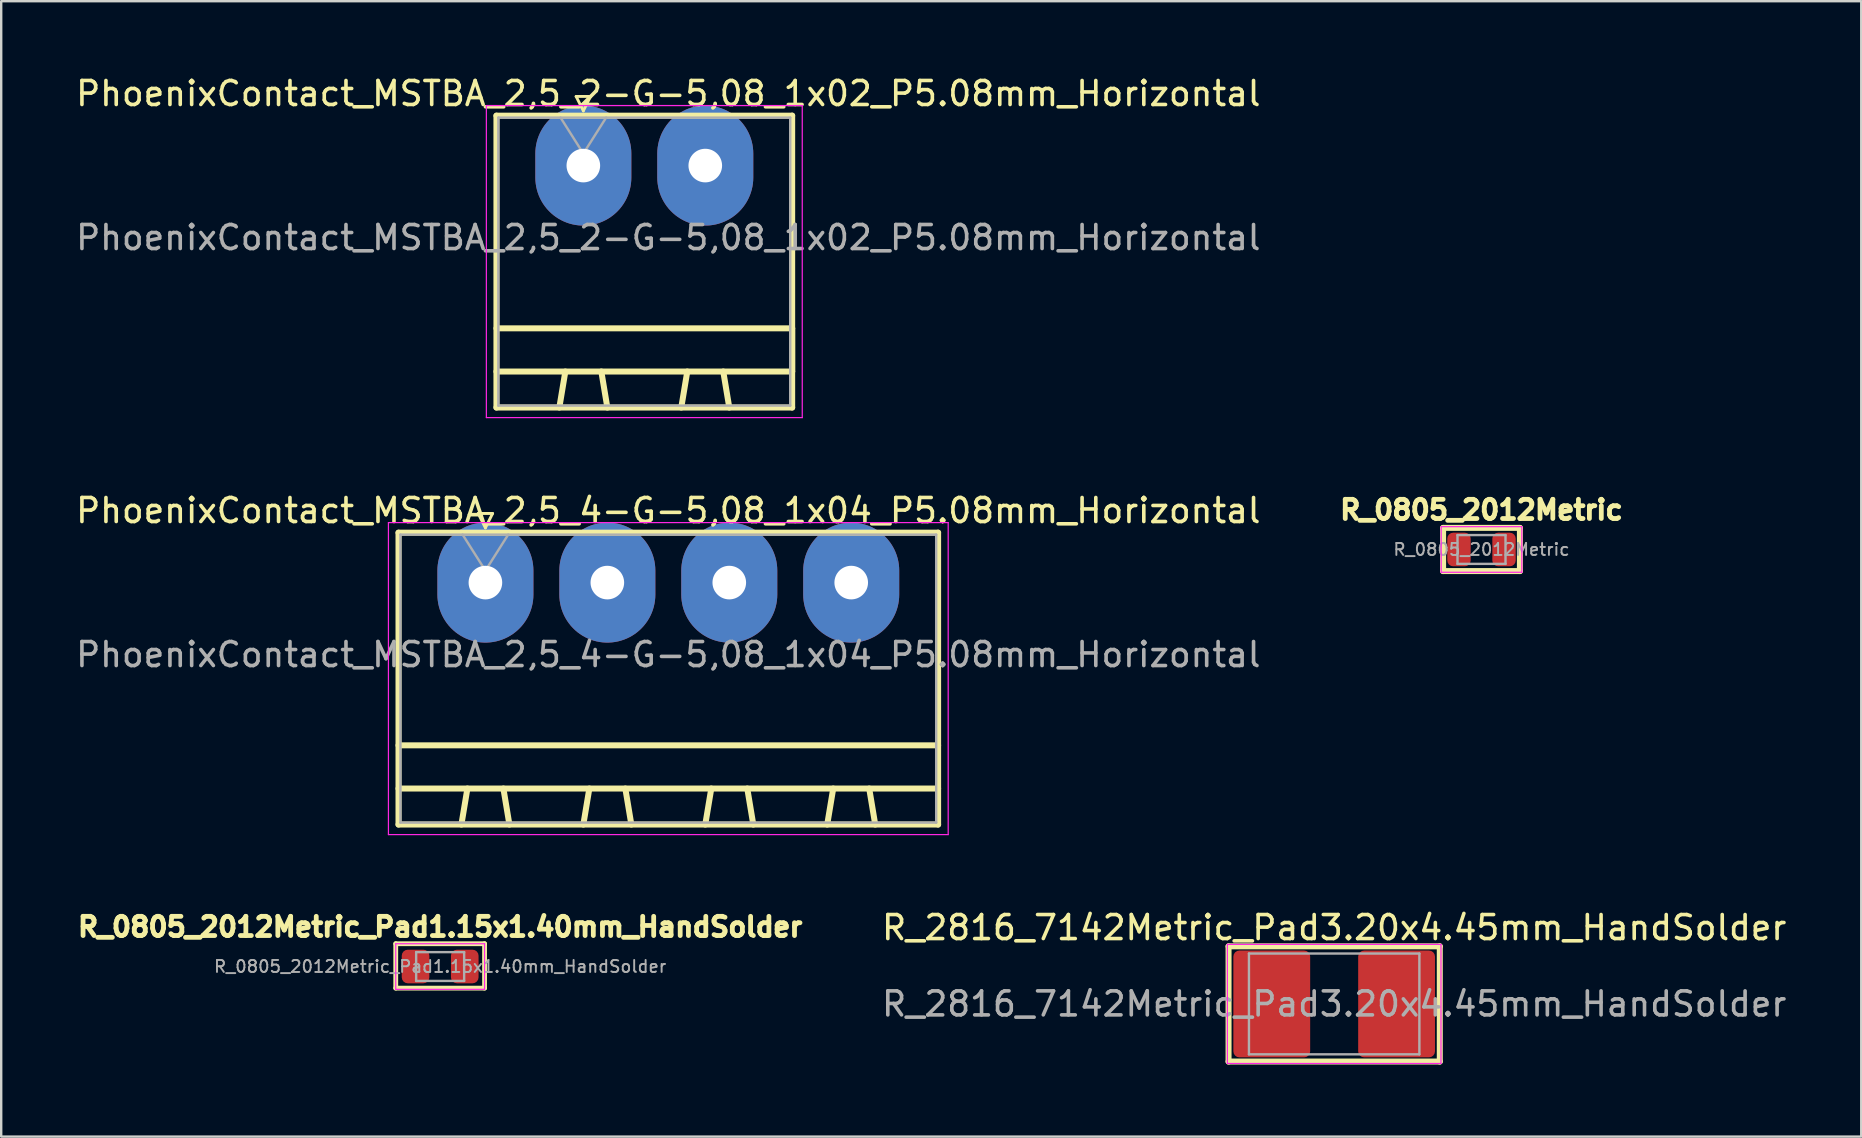
<source format=kicad_pcb>
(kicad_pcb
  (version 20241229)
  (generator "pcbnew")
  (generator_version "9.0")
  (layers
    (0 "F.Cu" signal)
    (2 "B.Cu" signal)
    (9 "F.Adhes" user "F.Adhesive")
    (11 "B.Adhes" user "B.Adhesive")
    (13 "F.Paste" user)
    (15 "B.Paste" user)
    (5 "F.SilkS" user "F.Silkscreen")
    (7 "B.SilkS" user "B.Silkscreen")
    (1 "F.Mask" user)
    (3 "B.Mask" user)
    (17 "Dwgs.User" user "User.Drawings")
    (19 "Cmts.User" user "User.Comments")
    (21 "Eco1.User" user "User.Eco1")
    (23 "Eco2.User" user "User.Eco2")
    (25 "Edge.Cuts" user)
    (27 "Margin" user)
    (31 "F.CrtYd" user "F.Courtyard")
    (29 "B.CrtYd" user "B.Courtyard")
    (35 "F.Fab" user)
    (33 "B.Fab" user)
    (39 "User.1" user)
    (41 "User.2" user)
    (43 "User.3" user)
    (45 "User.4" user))
  (footprint "R_0805_2012Metric"
    (layer "F.Cu")
    (at 58.67 19.842)
    (property "Reference" "R_0805_2012Metric" (at 0 -1.65 0) (layer "F.SilkS") (effects (font (size 0.8 0.8) (thickness 0.2))))
    (attr smd)
    (fp_line (start -1.6 -0.9) (end -1.6 0.9) (stroke (width 0.25) (type solid)) (layer "F.SilkS"))
    (fp_line (start -1.6 0.9) (end 1.6 0.9) (stroke (width 0.25) (type solid)) (layer "F.SilkS"))
    (fp_line (start 1.6 -0.9) (end -1.6 -0.9) (stroke (width 0.25) (type solid)) (layer "F.SilkS"))
    (fp_line (start 1.6 0.9) (end 1.6 -0.9) (stroke (width 0.25) (type solid)) (layer "F.SilkS"))
    (fp_line (start -1.68 -0.95) (end 1.68 -0.95) (stroke (width 0.05) (type solid)) (layer "F.CrtYd"))
    (fp_line (start -1.68 0.95) (end -1.68 -0.95) (stroke (width 0.05) (type solid)) (layer "F.CrtYd"))
    (fp_line (start 1.68 -0.95) (end 1.68 0.95) (stroke (width 0.05) (type solid)) (layer "F.CrtYd"))
    (fp_line (start 1.68 0.95) (end -1.68 0.95) (stroke (width 0.05) (type solid)) (layer "F.CrtYd"))
    (fp_line (start -1 -0.6) (end 1 -0.6) (stroke (width 0.1) (type solid)) (layer "F.Fab"))
    (fp_line (start -1 0.6) (end -1 -0.6) (stroke (width 0.1) (type solid)) (layer "F.Fab"))
    (fp_line (start 1 -0.6) (end 1 0.6) (stroke (width 0.1) (type solid)) (layer "F.Fab"))
    (fp_line (start 1 0.6) (end -1 0.6) (stroke (width 0.1) (type solid)) (layer "F.Fab"))
    (fp_text user "${REFERENCE}" (at 0 0 0) (layer "F.Fab") (effects (font (size 0.5 0.5) (thickness 0.08))))
    (pad "1" smd roundrect (at -0.938 0) (size 0.975 1.4) (layers "F.Cu" "F.Mask" "F.Paste") (roundrect_rratio 0.25))
    (pad "2" smd roundrect (at 0.938 0) (size 0.975 1.4) (layers "F.Cu" "F.Mask" "F.Paste") (roundrect_rratio 0.25)))
  (footprint "PhoenixContact_MSTBA_2,5_4-G-5,08_1x04_P5.08mm_Horizontal"
    (layer "F.Cu")
    (at 17.172 21.221)
    (property "Reference" "PhoenixContact_MSTBA_2,5_4-G-5,08_1x04_P5.08mm_Horizontal" (at 7.62 -3 0) (layer "F.SilkS") (effects (font (size 1 1) (thickness 0.15))))
    (attr through_hole)
    (fp_line (start -3.62 -2.08) (end -3.62 10.08) (stroke (width 0.25) (type solid)) (layer "F.SilkS"))
    (fp_line (start -3.62 6.78) (end 18.86 6.78) (stroke (width 0.25) (type solid)) (layer "F.SilkS"))
    (fp_line (start -3.62 8.58) (end -3.62 6.78) (stroke (width 0.12) (type solid)) (layer "F.SilkS"))
    (fp_line (start -3.62 10.08) (end 18.86 10.08) (stroke (width 0.25) (type solid)) (layer "F.SilkS"))
    (fp_line (start -1 10.08) (end 1 10.08) (stroke (width 0.12) (type solid)) (layer "F.SilkS"))
    (fp_line (start -0.75 8.58) (end -1 10.08) (stroke (width 0.25) (type solid)) (layer "F.SilkS"))
    (fp_line (start -0.3 -2.88) (end 0.3 -2.88) (stroke (width 0.12) (type solid)) (layer "F.SilkS"))
    (fp_line (start 0 -2.28) (end -0.3 -2.88) (stroke (width 0.12) (type solid)) (layer "F.SilkS"))
    (fp_line (start 0.3 -2.88) (end 0 -2.28) (stroke (width 0.12) (type solid)) (layer "F.SilkS"))
    (fp_line (start 0.75 8.58) (end -0.75 8.58) (stroke (width 0.12) (type solid)) (layer "F.SilkS"))
    (fp_line (start 1 10.08) (end 0.75 8.58) (stroke (width 0.25) (type solid)) (layer "F.SilkS"))
    (fp_line (start 4.08 10.08) (end 6.08 10.08) (stroke (width 0.12) (type solid)) (layer "F.SilkS"))
    (fp_line (start 4.33 8.58) (end 4.08 10.08) (stroke (width 0.25) (type solid)) (layer "F.SilkS"))
    (fp_line (start 5.83 8.58) (end 4.33 8.58) (stroke (width 0.12) (type solid)) (layer "F.SilkS"))
    (fp_line (start 6.08 10.08) (end 5.83 8.58) (stroke (width 0.25) (type solid)) (layer "F.SilkS"))
    (fp_line (start 9.16 10.08) (end 11.16 10.08) (stroke (width 0.12) (type solid)) (layer "F.SilkS"))
    (fp_line (start 9.41 8.58) (end 9.16 10.08) (stroke (width 0.25) (type solid)) (layer "F.SilkS"))
    (fp_line (start 10.91 8.58) (end 9.41 8.58) (stroke (width 0.12) (type solid)) (layer "F.SilkS"))
    (fp_line (start 11.16 10.08) (end 10.91 8.58) (stroke (width 0.25) (type solid)) (layer "F.SilkS"))
    (fp_line (start 14.24 10.08) (end 16.24 10.08) (stroke (width 0.12) (type solid)) (layer "F.SilkS"))
    (fp_line (start 14.49 8.58) (end 14.24 10.08) (stroke (width 0.25) (type solid)) (layer "F.SilkS"))
    (fp_line (start 15.99 8.58) (end 14.49 8.58) (stroke (width 0.12) (type solid)) (layer "F.SilkS"))
    (fp_line (start 16.24 10.08) (end 15.99 8.58) (stroke (width 0.25) (type solid)) (layer "F.SilkS"))
    (fp_line (start 18.86 -2.08) (end -3.62 -2.08) (stroke (width 0.25) (type solid)) (layer "F.SilkS"))
    (fp_line (start 18.86 6.78) (end 18.86 8.58) (stroke (width 0.12) (type solid)) (layer "F.SilkS"))
    (fp_line (start 18.86 8.58) (end -3.62 8.58) (stroke (width 0.25) (type solid)) (layer "F.SilkS"))
    (fp_line (start 18.86 10.08) (end 18.86 -2.08) (stroke (width 0.25) (type solid)) (layer "F.SilkS"))
    (fp_line (start -4.04 -2.5) (end -4.04 10.5) (stroke (width 0.05) (type solid)) (layer "F.CrtYd"))
    (fp_line (start -4.04 10.5) (end 19.28 10.5) (stroke (width 0.05) (type solid)) (layer "F.CrtYd"))
    (fp_line (start 19.28 -2.5) (end -4.04 -2.5) (stroke (width 0.05) (type solid)) (layer "F.CrtYd"))
    (fp_line (start 19.28 10.5) (end 19.28 -2.5) (stroke (width 0.05) (type solid)) (layer "F.CrtYd"))
    (fp_line (start -3.54 -2) (end -3.54 10) (stroke (width 0.1) (type solid)) (layer "F.Fab"))
    (fp_line (start -3.54 10) (end 18.78 10) (stroke (width 0.1) (type solid)) (layer "F.Fab"))
    (fp_line (start 0 -0.5) (end -0.95 -2) (stroke (width 0.1) (type solid)) (layer "F.Fab"))
    (fp_line (start 0.95 -2) (end 0 -0.5) (stroke (width 0.1) (type solid)) (layer "F.Fab"))
    (fp_line (start 18.78 -2) (end -3.54 -2) (stroke (width 0.1) (type solid)) (layer "F.Fab"))
    (fp_line (start 18.78 10) (end 18.78 -2) (stroke (width 0.1) (type solid)) (layer "F.Fab"))
    (fp_text user "${REFERENCE}" (at 7.62 3 0) (layer "F.Fab") (effects (font (size 1 1) (thickness 0.15))))
    (pad "1" thru_hole oval (at 0 0) (size 4 5) (drill 1.4) (layers "*.Cu" "*.Mask"))
    (pad "2" thru_hole oval (at 5.08 0) (size 4 5) (drill 1.4) (layers "*.Cu" "*.Mask"))
    (pad "3" thru_hole oval (at 10.16 0) (size 4 5) (drill 1.4) (layers "*.Cu" "*.Mask"))
    (pad "4" thru_hole oval (at 15.24 0) (size 4 5) (drill 1.4) (layers "*.Cu" "*.Mask")))
  (footprint "R_2816_7142Metric_Pad3.20x4.45mm_HandSolder"
    (layer "F.Cu")
    (at 52.532 38.775)
    (property "Reference" "R_2816_7142Metric_Pad3.20x4.45mm_HandSolder" (at 0 -3.18 0) (layer "F.SilkS") (effects (font (size 1 1) (thickness 0.15))))
    (attr smd)
    (fp_line (start -4.4 -2.4) (end 4.4 -2.4) (stroke (width 0.25) (type solid)) (layer "F.SilkS"))
    (fp_line (start -4.4 2.4) (end -4.4 -2.4) (stroke (width 0.25) (type solid)) (layer "F.SilkS"))
    (fp_line (start 4.4 -2.4) (end 4.4 2.4) (stroke (width 0.25) (type solid)) (layer "F.SilkS"))
    (fp_line (start 4.4 2.4) (end -4.4 2.4) (stroke (width 0.25) (type solid)) (layer "F.SilkS"))
    (fp_line (start -4.45 -2.48) (end 4.45 -2.48) (stroke (width 0.05) (type solid)) (layer "F.CrtYd"))
    (fp_line (start -4.45 2.48) (end -4.45 -2.48) (stroke (width 0.05) (type solid)) (layer "F.CrtYd"))
    (fp_line (start 4.45 -2.48) (end 4.45 2.48) (stroke (width 0.05) (type solid)) (layer "F.CrtYd"))
    (fp_line (start 4.45 2.48) (end -4.45 2.48) (stroke (width 0.05) (type solid)) (layer "F.CrtYd"))
    (fp_line (start -3.55 -2.1) (end 3.55 -2.1) (stroke (width 0.1) (type solid)) (layer "F.Fab"))
    (fp_line (start -3.55 2.1) (end -3.55 -2.1) (stroke (width 0.1) (type solid)) (layer "F.Fab"))
    (fp_line (start 3.55 -2.1) (end 3.55 2.1) (stroke (width 0.1) (type solid)) (layer "F.Fab"))
    (fp_line (start 3.55 2.1) (end -3.55 2.1) (stroke (width 0.1) (type solid)) (layer "F.Fab"))
    (fp_text user "${REFERENCE}" (at 0 0 0) (layer "F.Fab") (effects (font (size 1 1) (thickness 0.15))))
    (pad "1" smd roundrect (at -2.6 0) (size 3.2 4.45) (layers "F.Cu" "F.Mask" "F.Paste") (roundrect_rratio 0.078))
    (pad "2" smd roundrect (at 2.6 0) (size 3.2 4.45) (layers "F.Cu" "F.Mask" "F.Paste") (roundrect_rratio 0.078)))
  (footprint "R_0805_2012Metric_Pad1.15x1.40mm_HandSolder"
    (layer "F.Cu")
    (at 15.287 37.215)
    (property "Reference" "R_0805_2012Metric_Pad1.15x1.40mm_HandSolder" (at 0 -1.65 0) (layer "F.SilkS") (effects (font (size 0.8 0.8) (thickness 0.2))))
    (attr smd)
    (fp_line (start -1.85 -0.95) (end -1.85 0.9) (stroke (width 0.2) (type solid)) (layer "F.SilkS"))
    (fp_line (start -1.85 0.9) (end 1.85 0.9) (stroke (width 0.2) (type solid)) (layer "F.SilkS"))
    (fp_line (start 1.85 -0.95) (end -1.85 -0.95) (stroke (width 0.2) (type solid)) (layer "F.SilkS"))
    (fp_line (start 1.85 0.9) (end 1.85 -0.95) (stroke (width 0.2) (type solid)) (layer "F.SilkS"))
    (fp_line (start -1.85 -0.95) (end 1.85 -0.95) (stroke (width 0.05) (type solid)) (layer "F.CrtYd"))
    (fp_line (start -1.85 0.95) (end -1.85 -0.95) (stroke (width 0.05) (type solid)) (layer "F.CrtYd"))
    (fp_line (start 1.85 -0.95) (end 1.85 0.95) (stroke (width 0.05) (type solid)) (layer "F.CrtYd"))
    (fp_line (start 1.85 0.95) (end -1.85 0.95) (stroke (width 0.05) (type solid)) (layer "F.CrtYd"))
    (fp_line (start -1 -0.6) (end 1 -0.6) (stroke (width 0.1) (type solid)) (layer "F.Fab"))
    (fp_line (start -1 0.6) (end -1 -0.6) (stroke (width 0.1) (type solid)) (layer "F.Fab"))
    (fp_line (start 1 -0.6) (end 1 0.6) (stroke (width 0.1) (type solid)) (layer "F.Fab"))
    (fp_line (start 1 0.6) (end -1 0.6) (stroke (width 0.1) (type solid)) (layer "F.Fab"))
    (fp_text user "${REFERENCE}" (at 0 0 0) (layer "F.Fab") (effects (font (size 0.5 0.5) (thickness 0.08))))
    (pad "1" smd roundrect (at -1.025 0) (size 1.15 1.4) (layers "F.Cu" "F.Mask" "F.Paste") (roundrect_rratio 0.217))
    (pad "2" smd roundrect (at 1.025 0) (size 1.15 1.4) (layers "F.Cu" "F.Mask" "F.Paste") (roundrect_rratio 0.217)))
  (footprint "PhoenixContact_MSTBA_2,5_2-G-5,08_1x02_P5.08mm_Horizontal"
    (layer "F.Cu")
    (at 21.252 3.848)
    (property "Reference" "PhoenixContact_MSTBA_2,5_2-G-5,08_1x02_P5.08mm_Horizontal" (at 3.54 -3 0) (layer "F.SilkS") (effects (font (size 1 1) (thickness 0.15))))
    (attr through_hole)
    (fp_line (start -3.62 -2.08) (end -3.62 10.08) (stroke (width 0.25) (type solid)) (layer "F.SilkS"))
    (fp_line (start -3.62 6.78) (end 8.7 6.78) (stroke (width 0.25) (type solid)) (layer "F.SilkS"))
    (fp_line (start -3.62 8.58) (end -3.62 6.78) (stroke (width 0.12) (type solid)) (layer "F.SilkS"))
    (fp_line (start -3.62 10.08) (end 8.7 10.08) (stroke (width 0.25) (type solid)) (layer "F.SilkS"))
    (fp_line (start -1 10.08) (end 1 10.08) (stroke (width 0.12) (type solid)) (layer "F.SilkS"))
    (fp_line (start -0.75 8.58) (end -1 10.08) (stroke (width 0.25) (type solid)) (layer "F.SilkS"))
    (fp_line (start -0.3 -2.88) (end 0.3 -2.88) (stroke (width 0.12) (type solid)) (layer "F.SilkS"))
    (fp_line (start 0 -2.28) (end -0.3 -2.88) (stroke (width 0.12) (type solid)) (layer "F.SilkS"))
    (fp_line (start 0.3 -2.88) (end 0 -2.28) (stroke (width 0.12) (type solid)) (layer "F.SilkS"))
    (fp_line (start 0.75 8.58) (end -0.75 8.58) (stroke (width 0.12) (type solid)) (layer "F.SilkS"))
    (fp_line (start 1 10.08) (end 0.75 8.58) (stroke (width 0.25) (type solid)) (layer "F.SilkS"))
    (fp_line (start 4.08 10.08) (end 6.08 10.08) (stroke (width 0.12) (type solid)) (layer "F.SilkS"))
    (fp_line (start 4.33 8.58) (end 4.08 10.08) (stroke (width 0.25) (type solid)) (layer "F.SilkS"))
    (fp_line (start 5.83 8.58) (end 4.33 8.58) (stroke (width 0.12) (type solid)) (layer "F.SilkS"))
    (fp_line (start 6.08 10.08) (end 5.83 8.58) (stroke (width 0.25) (type solid)) (layer "F.SilkS"))
    (fp_line (start 8.7 -2.08) (end -3.62 -2.08) (stroke (width 0.25) (type solid)) (layer "F.SilkS"))
    (fp_line (start 8.7 6.78) (end 8.7 8.58) (stroke (width 0.25) (type solid)) (layer "F.SilkS"))
    (fp_line (start 8.7 8.58) (end -3.62 8.58) (stroke (width 0.25) (type solid)) (layer "F.SilkS"))
    (fp_line (start 8.7 10.08) (end 8.7 -2.08) (stroke (width 0.25) (type solid)) (layer "F.SilkS"))
    (fp_line (start -4.04 -2.5) (end -4.04 10.5) (stroke (width 0.05) (type solid)) (layer "F.CrtYd"))
    (fp_line (start -4.04 10.5) (end 9.12 10.5) (stroke (width 0.05) (type solid)) (layer "F.CrtYd"))
    (fp_line (start 9.12 -2.5) (end -4.04 -2.5) (stroke (width 0.05) (type solid)) (layer "F.CrtYd"))
    (fp_line (start 9.12 10.5) (end 9.12 -2.5) (stroke (width 0.05) (type solid)) (layer "F.CrtYd"))
    (fp_line (start -3.54 -2) (end -3.54 10) (stroke (width 0.1) (type solid)) (layer "F.Fab"))
    (fp_line (start -3.54 10) (end 8.62 10) (stroke (width 0.1) (type solid)) (layer "F.Fab"))
    (fp_line (start 0 -0.5) (end -0.95 -2) (stroke (width 0.1) (type solid)) (layer "F.Fab"))
    (fp_line (start 0.95 -2) (end 0 -0.5) (stroke (width 0.1) (type solid)) (layer "F.Fab"))
    (fp_line (start 8.62 -2) (end -3.54 -2) (stroke (width 0.1) (type solid)) (layer "F.Fab"))
    (fp_line (start 8.62 10) (end 8.62 -2) (stroke (width 0.1) (type solid)) (layer "F.Fab"))
    (fp_text user "${REFERENCE}" (at 3.54 3 0) (layer "F.Fab") (effects (font (size 1 1) (thickness 0.15))))
    (pad "1" thru_hole oval (at 0 0) (size 4 5) (drill 1.4) (layers "*.Cu" "*.Mask"))
    (pad "2" thru_hole oval (at 5.08 0) (size 4 5) (drill 1.4) (layers "*.Cu" "*.Mask")))
  (gr_rect
    (start -3 -3)
    (end 74.49 44.3)
    (stroke (width 0.1) (type default))
    (fill no)
    (layer "Edge.Cuts")))
</source>
